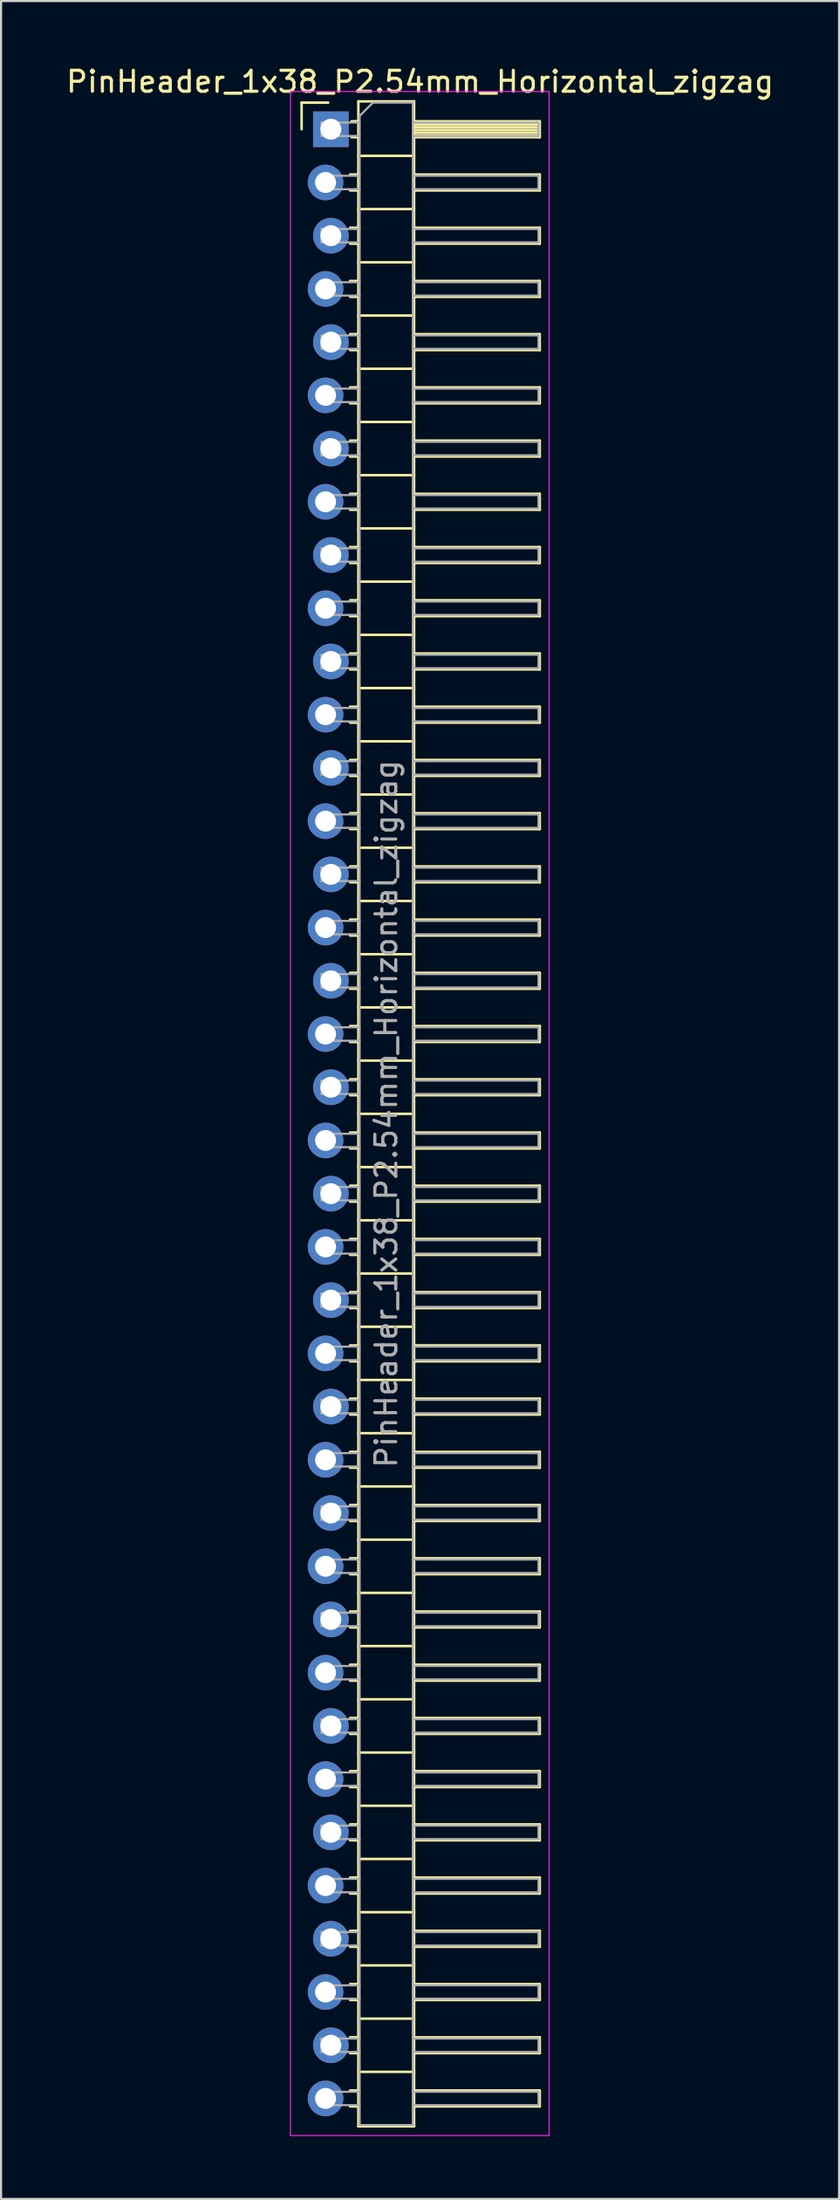
<source format=kicad_pcb>
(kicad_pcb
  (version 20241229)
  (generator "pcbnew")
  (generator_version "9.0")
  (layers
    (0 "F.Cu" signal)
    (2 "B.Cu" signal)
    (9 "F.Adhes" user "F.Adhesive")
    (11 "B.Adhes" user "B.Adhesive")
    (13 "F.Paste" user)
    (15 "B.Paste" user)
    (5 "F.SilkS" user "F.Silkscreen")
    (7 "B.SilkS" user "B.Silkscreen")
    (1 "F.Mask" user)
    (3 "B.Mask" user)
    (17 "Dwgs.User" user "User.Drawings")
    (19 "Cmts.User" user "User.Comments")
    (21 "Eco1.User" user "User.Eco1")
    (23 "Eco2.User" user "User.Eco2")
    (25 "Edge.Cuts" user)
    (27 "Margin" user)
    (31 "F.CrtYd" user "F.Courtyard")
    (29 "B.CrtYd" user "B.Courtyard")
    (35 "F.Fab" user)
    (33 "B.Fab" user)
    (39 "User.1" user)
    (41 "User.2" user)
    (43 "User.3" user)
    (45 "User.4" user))
  (footprint "PinHeader_1x38_P2.54mm_Horizontal_zigzag"
    (layer "F.Cu")
    (at 12.621 3.118)
    (property "Reference" "PinHeader_1x38_P2.54mm_Horizontal_zigzag" (at 4.385 -2.27 0) (layer "F.SilkS") (effects (font (size 1 1) (thickness 0.15))))
    (attr through_hole)
    (fp_line (start -1.27 -1.27) (end 0 -1.27) (stroke (width 0.12) (type solid)) (layer "F.SilkS"))
    (fp_line (start -1.27 0) (end -1.27 -1.27) (stroke (width 0.12) (type solid)) (layer "F.SilkS"))
    (fp_line (start 1.043 2.16) (end 1.44 2.16) (stroke (width 0.12) (type solid)) (layer "F.SilkS"))
    (fp_line (start 1.043 2.92) (end 1.44 2.92) (stroke (width 0.12) (type solid)) (layer "F.SilkS"))
    (fp_line (start 1.043 4.7) (end 1.44 4.7) (stroke (width 0.12) (type solid)) (layer "F.SilkS"))
    (fp_line (start 1.043 5.46) (end 1.44 5.46) (stroke (width 0.12) (type solid)) (layer "F.SilkS"))
    (fp_line (start 1.043 7.24) (end 1.44 7.24) (stroke (width 0.12) (type solid)) (layer "F.SilkS"))
    (fp_line (start 1.043 8) (end 1.44 8) (stroke (width 0.12) (type solid)) (layer "F.SilkS"))
    (fp_line (start 1.043 9.78) (end 1.44 9.78) (stroke (width 0.12) (type solid)) (layer "F.SilkS"))
    (fp_line (start 1.043 10.54) (end 1.44 10.54) (stroke (width 0.12) (type solid)) (layer "F.SilkS"))
    (fp_line (start 1.043 12.32) (end 1.44 12.32) (stroke (width 0.12) (type solid)) (layer "F.SilkS"))
    (fp_line (start 1.043 13.08) (end 1.44 13.08) (stroke (width 0.12) (type solid)) (layer "F.SilkS"))
    (fp_line (start 1.043 14.86) (end 1.44 14.86) (stroke (width 0.12) (type solid)) (layer "F.SilkS"))
    (fp_line (start 1.043 15.62) (end 1.44 15.62) (stroke (width 0.12) (type solid)) (layer "F.SilkS"))
    (fp_line (start 1.043 17.4) (end 1.44 17.4) (stroke (width 0.12) (type solid)) (layer "F.SilkS"))
    (fp_line (start 1.043 18.16) (end 1.44 18.16) (stroke (width 0.12) (type solid)) (layer "F.SilkS"))
    (fp_line (start 1.043 19.94) (end 1.44 19.94) (stroke (width 0.12) (type solid)) (layer "F.SilkS"))
    (fp_line (start 1.043 20.7) (end 1.44 20.7) (stroke (width 0.12) (type solid)) (layer "F.SilkS"))
    (fp_line (start 1.043 22.48) (end 1.44 22.48) (stroke (width 0.12) (type solid)) (layer "F.SilkS"))
    (fp_line (start 1.043 23.24) (end 1.44 23.24) (stroke (width 0.12) (type solid)) (layer "F.SilkS"))
    (fp_line (start 1.043 25.02) (end 1.44 25.02) (stroke (width 0.12) (type solid)) (layer "F.SilkS"))
    (fp_line (start 1.043 25.78) (end 1.44 25.78) (stroke (width 0.12) (type solid)) (layer "F.SilkS"))
    (fp_line (start 1.043 27.56) (end 1.44 27.56) (stroke (width 0.12) (type solid)) (layer "F.SilkS"))
    (fp_line (start 1.043 28.32) (end 1.44 28.32) (stroke (width 0.12) (type solid)) (layer "F.SilkS"))
    (fp_line (start 1.043 30.1) (end 1.44 30.1) (stroke (width 0.12) (type solid)) (layer "F.SilkS"))
    (fp_line (start 1.043 30.86) (end 1.44 30.86) (stroke (width 0.12) (type solid)) (layer "F.SilkS"))
    (fp_line (start 1.043 32.64) (end 1.44 32.64) (stroke (width 0.12) (type solid)) (layer "F.SilkS"))
    (fp_line (start 1.043 33.4) (end 1.44 33.4) (stroke (width 0.12) (type solid)) (layer "F.SilkS"))
    (fp_line (start 1.043 35.18) (end 1.44 35.18) (stroke (width 0.12) (type solid)) (layer "F.SilkS"))
    (fp_line (start 1.043 35.94) (end 1.44 35.94) (stroke (width 0.12) (type solid)) (layer "F.SilkS"))
    (fp_line (start 1.043 37.72) (end 1.44 37.72) (stroke (width 0.12) (type solid)) (layer "F.SilkS"))
    (fp_line (start 1.043 38.48) (end 1.44 38.48) (stroke (width 0.12) (type solid)) (layer "F.SilkS"))
    (fp_line (start 1.043 40.26) (end 1.44 40.26) (stroke (width 0.12) (type solid)) (layer "F.SilkS"))
    (fp_line (start 1.043 41.02) (end 1.44 41.02) (stroke (width 0.12) (type solid)) (layer "F.SilkS"))
    (fp_line (start 1.043 42.8) (end 1.44 42.8) (stroke (width 0.12) (type solid)) (layer "F.SilkS"))
    (fp_line (start 1.043 43.56) (end 1.44 43.56) (stroke (width 0.12) (type solid)) (layer "F.SilkS"))
    (fp_line (start 1.043 45.34) (end 1.44 45.34) (stroke (width 0.12) (type solid)) (layer "F.SilkS"))
    (fp_line (start 1.043 46.1) (end 1.44 46.1) (stroke (width 0.12) (type solid)) (layer "F.SilkS"))
    (fp_line (start 1.043 47.88) (end 1.44 47.88) (stroke (width 0.12) (type solid)) (layer "F.SilkS"))
    (fp_line (start 1.043 48.64) (end 1.44 48.64) (stroke (width 0.12) (type solid)) (layer "F.SilkS"))
    (fp_line (start 1.043 50.42) (end 1.44 50.42) (stroke (width 0.12) (type solid)) (layer "F.SilkS"))
    (fp_line (start 1.043 51.18) (end 1.44 51.18) (stroke (width 0.12) (type solid)) (layer "F.SilkS"))
    (fp_line (start 1.043 52.96) (end 1.44 52.96) (stroke (width 0.12) (type solid)) (layer "F.SilkS"))
    (fp_line (start 1.043 53.72) (end 1.44 53.72) (stroke (width 0.12) (type solid)) (layer "F.SilkS"))
    (fp_line (start 1.043 55.5) (end 1.44 55.5) (stroke (width 0.12) (type solid)) (layer "F.SilkS"))
    (fp_line (start 1.043 56.26) (end 1.44 56.26) (stroke (width 0.12) (type solid)) (layer "F.SilkS"))
    (fp_line (start 1.043 58.04) (end 1.44 58.04) (stroke (width 0.12) (type solid)) (layer "F.SilkS"))
    (fp_line (start 1.043 58.8) (end 1.44 58.8) (stroke (width 0.12) (type solid)) (layer "F.SilkS"))
    (fp_line (start 1.043 60.58) (end 1.44 60.58) (stroke (width 0.12) (type solid)) (layer "F.SilkS"))
    (fp_line (start 1.043 61.34) (end 1.44 61.34) (stroke (width 0.12) (type solid)) (layer "F.SilkS"))
    (fp_line (start 1.043 63.12) (end 1.44 63.12) (stroke (width 0.12) (type solid)) (layer "F.SilkS"))
    (fp_line (start 1.043 63.88) (end 1.44 63.88) (stroke (width 0.12) (type solid)) (layer "F.SilkS"))
    (fp_line (start 1.043 65.66) (end 1.44 65.66) (stroke (width 0.12) (type solid)) (layer "F.SilkS"))
    (fp_line (start 1.043 66.42) (end 1.44 66.42) (stroke (width 0.12) (type solid)) (layer "F.SilkS"))
    (fp_line (start 1.043 68.2) (end 1.44 68.2) (stroke (width 0.12) (type solid)) (layer "F.SilkS"))
    (fp_line (start 1.043 68.96) (end 1.44 68.96) (stroke (width 0.12) (type solid)) (layer "F.SilkS"))
    (fp_line (start 1.043 70.74) (end 1.44 70.74) (stroke (width 0.12) (type solid)) (layer "F.SilkS"))
    (fp_line (start 1.043 71.5) (end 1.44 71.5) (stroke (width 0.12) (type solid)) (layer "F.SilkS"))
    (fp_line (start 1.043 73.28) (end 1.44 73.28) (stroke (width 0.12) (type solid)) (layer "F.SilkS"))
    (fp_line (start 1.043 74.04) (end 1.44 74.04) (stroke (width 0.12) (type solid)) (layer "F.SilkS"))
    (fp_line (start 1.043 75.82) (end 1.44 75.82) (stroke (width 0.12) (type solid)) (layer "F.SilkS"))
    (fp_line (start 1.043 76.58) (end 1.44 76.58) (stroke (width 0.12) (type solid)) (layer "F.SilkS"))
    (fp_line (start 1.043 78.36) (end 1.44 78.36) (stroke (width 0.12) (type solid)) (layer "F.SilkS"))
    (fp_line (start 1.043 79.12) (end 1.44 79.12) (stroke (width 0.12) (type solid)) (layer "F.SilkS"))
    (fp_line (start 1.043 80.9) (end 1.44 80.9) (stroke (width 0.12) (type solid)) (layer "F.SilkS"))
    (fp_line (start 1.043 81.66) (end 1.44 81.66) (stroke (width 0.12) (type solid)) (layer "F.SilkS"))
    (fp_line (start 1.043 83.44) (end 1.44 83.44) (stroke (width 0.12) (type solid)) (layer "F.SilkS"))
    (fp_line (start 1.043 84.2) (end 1.44 84.2) (stroke (width 0.12) (type solid)) (layer "F.SilkS"))
    (fp_line (start 1.043 85.98) (end 1.44 85.98) (stroke (width 0.12) (type solid)) (layer "F.SilkS"))
    (fp_line (start 1.043 86.74) (end 1.44 86.74) (stroke (width 0.12) (type solid)) (layer "F.SilkS"))
    (fp_line (start 1.043 88.52) (end 1.44 88.52) (stroke (width 0.12) (type solid)) (layer "F.SilkS"))
    (fp_line (start 1.043 89.28) (end 1.44 89.28) (stroke (width 0.12) (type solid)) (layer "F.SilkS"))
    (fp_line (start 1.043 91.06) (end 1.44 91.06) (stroke (width 0.12) (type solid)) (layer "F.SilkS"))
    (fp_line (start 1.043 91.82) (end 1.44 91.82) (stroke (width 0.12) (type solid)) (layer "F.SilkS"))
    (fp_line (start 1.043 93.6) (end 1.44 93.6) (stroke (width 0.12) (type solid)) (layer "F.SilkS"))
    (fp_line (start 1.043 94.36) (end 1.44 94.36) (stroke (width 0.12) (type solid)) (layer "F.SilkS"))
    (fp_line (start 1.11 -0.38) (end 1.44 -0.38) (stroke (width 0.12) (type solid)) (layer "F.SilkS"))
    (fp_line (start 1.11 0.38) (end 1.44 0.38) (stroke (width 0.12) (type solid)) (layer "F.SilkS"))
    (fp_line (start 1.44 -1.33) (end 1.44 95.31) (stroke (width 0.12) (type solid)) (layer "F.SilkS"))
    (fp_line (start 1.44 1.27) (end 4.1 1.27) (stroke (width 0.12) (type solid)) (layer "F.SilkS"))
    (fp_line (start 1.44 3.81) (end 4.1 3.81) (stroke (width 0.12) (type solid)) (layer "F.SilkS"))
    (fp_line (start 1.44 6.35) (end 4.1 6.35) (stroke (width 0.12) (type solid)) (layer "F.SilkS"))
    (fp_line (start 1.44 8.89) (end 4.1 8.89) (stroke (width 0.12) (type solid)) (layer "F.SilkS"))
    (fp_line (start 1.44 11.43) (end 4.1 11.43) (stroke (width 0.12) (type solid)) (layer "F.SilkS"))
    (fp_line (start 1.44 13.97) (end 4.1 13.97) (stroke (width 0.12) (type solid)) (layer "F.SilkS"))
    (fp_line (start 1.44 16.51) (end 4.1 16.51) (stroke (width 0.12) (type solid)) (layer "F.SilkS"))
    (fp_line (start 1.44 19.05) (end 4.1 19.05) (stroke (width 0.12) (type solid)) (layer "F.SilkS"))
    (fp_line (start 1.44 21.59) (end 4.1 21.59) (stroke (width 0.12) (type solid)) (layer "F.SilkS"))
    (fp_line (start 1.44 24.13) (end 4.1 24.13) (stroke (width 0.12) (type solid)) (layer "F.SilkS"))
    (fp_line (start 1.44 26.67) (end 4.1 26.67) (stroke (width 0.12) (type solid)) (layer "F.SilkS"))
    (fp_line (start 1.44 29.21) (end 4.1 29.21) (stroke (width 0.12) (type solid)) (layer "F.SilkS"))
    (fp_line (start 1.44 31.75) (end 4.1 31.75) (stroke (width 0.12) (type solid)) (layer "F.SilkS"))
    (fp_line (start 1.44 34.29) (end 4.1 34.29) (stroke (width 0.12) (type solid)) (layer "F.SilkS"))
    (fp_line (start 1.44 36.83) (end 4.1 36.83) (stroke (width 0.12) (type solid)) (layer "F.SilkS"))
    (fp_line (start 1.44 39.37) (end 4.1 39.37) (stroke (width 0.12) (type solid)) (layer "F.SilkS"))
    (fp_line (start 1.44 41.91) (end 4.1 41.91) (stroke (width 0.12) (type solid)) (layer "F.SilkS"))
    (fp_line (start 1.44 44.45) (end 4.1 44.45) (stroke (width 0.12) (type solid)) (layer "F.SilkS"))
    (fp_line (start 1.44 46.99) (end 4.1 46.99) (stroke (width 0.12) (type solid)) (layer "F.SilkS"))
    (fp_line (start 1.44 49.53) (end 4.1 49.53) (stroke (width 0.12) (type solid)) (layer "F.SilkS"))
    (fp_line (start 1.44 52.07) (end 4.1 52.07) (stroke (width 0.12) (type solid)) (layer "F.SilkS"))
    (fp_line (start 1.44 54.61) (end 4.1 54.61) (stroke (width 0.12) (type solid)) (layer "F.SilkS"))
    (fp_line (start 1.44 57.15) (end 4.1 57.15) (stroke (width 0.12) (type solid)) (layer "F.SilkS"))
    (fp_line (start 1.44 59.69) (end 4.1 59.69) (stroke (width 0.12) (type solid)) (layer "F.SilkS"))
    (fp_line (start 1.44 62.23) (end 4.1 62.23) (stroke (width 0.12) (type solid)) (layer "F.SilkS"))
    (fp_line (start 1.44 64.77) (end 4.1 64.77) (stroke (width 0.12) (type solid)) (layer "F.SilkS"))
    (fp_line (start 1.44 67.31) (end 4.1 67.31) (stroke (width 0.12) (type solid)) (layer "F.SilkS"))
    (fp_line (start 1.44 69.85) (end 4.1 69.85) (stroke (width 0.12) (type solid)) (layer "F.SilkS"))
    (fp_line (start 1.44 72.39) (end 4.1 72.39) (stroke (width 0.12) (type solid)) (layer "F.SilkS"))
    (fp_line (start 1.44 74.93) (end 4.1 74.93) (stroke (width 0.12) (type solid)) (layer "F.SilkS"))
    (fp_line (start 1.44 77.47) (end 4.1 77.47) (stroke (width 0.12) (type solid)) (layer "F.SilkS"))
    (fp_line (start 1.44 80.01) (end 4.1 80.01) (stroke (width 0.12) (type solid)) (layer "F.SilkS"))
    (fp_line (start 1.44 82.55) (end 4.1 82.55) (stroke (width 0.12) (type solid)) (layer "F.SilkS"))
    (fp_line (start 1.44 85.09) (end 4.1 85.09) (stroke (width 0.12) (type solid)) (layer "F.SilkS"))
    (fp_line (start 1.44 87.63) (end 4.1 87.63) (stroke (width 0.12) (type solid)) (layer "F.SilkS"))
    (fp_line (start 1.44 90.17) (end 4.1 90.17) (stroke (width 0.12) (type solid)) (layer "F.SilkS"))
    (fp_line (start 1.44 92.71) (end 4.1 92.71) (stroke (width 0.12) (type solid)) (layer "F.SilkS"))
    (fp_line (start 1.44 95.31) (end 4.1 95.31) (stroke (width 0.12) (type solid)) (layer "F.SilkS"))
    (fp_line (start 4.1 -1.33) (end 1.44 -1.33) (stroke (width 0.12) (type solid)) (layer "F.SilkS"))
    (fp_line (start 4.1 -0.38) (end 10.1 -0.38) (stroke (width 0.12) (type solid)) (layer "F.SilkS"))
    (fp_line (start 4.1 -0.32) (end 10.1 -0.32) (stroke (width 0.12) (type solid)) (layer "F.SilkS"))
    (fp_line (start 4.1 -0.2) (end 10.1 -0.2) (stroke (width 0.12) (type solid)) (layer "F.SilkS"))
    (fp_line (start 4.1 -0.08) (end 10.1 -0.08) (stroke (width 0.12) (type solid)) (layer "F.SilkS"))
    (fp_line (start 4.1 0.04) (end 10.1 0.04) (stroke (width 0.12) (type solid)) (layer "F.SilkS"))
    (fp_line (start 4.1 0.16) (end 10.1 0.16) (stroke (width 0.12) (type solid)) (layer "F.SilkS"))
    (fp_line (start 4.1 0.28) (end 10.1 0.28) (stroke (width 0.12) (type solid)) (layer "F.SilkS"))
    (fp_line (start 4.1 2.16) (end 10.1 2.16) (stroke (width 0.12) (type solid)) (layer "F.SilkS"))
    (fp_line (start 4.1 4.7) (end 10.1 4.7) (stroke (width 0.12) (type solid)) (layer "F.SilkS"))
    (fp_line (start 4.1 7.24) (end 10.1 7.24) (stroke (width 0.12) (type solid)) (layer "F.SilkS"))
    (fp_line (start 4.1 9.78) (end 10.1 9.78) (stroke (width 0.12) (type solid)) (layer "F.SilkS"))
    (fp_line (start 4.1 12.32) (end 10.1 12.32) (stroke (width 0.12) (type solid)) (layer "F.SilkS"))
    (fp_line (start 4.1 14.86) (end 10.1 14.86) (stroke (width 0.12) (type solid)) (layer "F.SilkS"))
    (fp_line (start 4.1 17.4) (end 10.1 17.4) (stroke (width 0.12) (type solid)) (layer "F.SilkS"))
    (fp_line (start 4.1 19.94) (end 10.1 19.94) (stroke (width 0.12) (type solid)) (layer "F.SilkS"))
    (fp_line (start 4.1 22.48) (end 10.1 22.48) (stroke (width 0.12) (type solid)) (layer "F.SilkS"))
    (fp_line (start 4.1 25.02) (end 10.1 25.02) (stroke (width 0.12) (type solid)) (layer "F.SilkS"))
    (fp_line (start 4.1 27.56) (end 10.1 27.56) (stroke (width 0.12) (type solid)) (layer "F.SilkS"))
    (fp_line (start 4.1 30.1) (end 10.1 30.1) (stroke (width 0.12) (type solid)) (layer "F.SilkS"))
    (fp_line (start 4.1 32.64) (end 10.1 32.64) (stroke (width 0.12) (type solid)) (layer "F.SilkS"))
    (fp_line (start 4.1 35.18) (end 10.1 35.18) (stroke (width 0.12) (type solid)) (layer "F.SilkS"))
    (fp_line (start 4.1 37.72) (end 10.1 37.72) (stroke (width 0.12) (type solid)) (layer "F.SilkS"))
    (fp_line (start 4.1 40.26) (end 10.1 40.26) (stroke (width 0.12) (type solid)) (layer "F.SilkS"))
    (fp_line (start 4.1 42.8) (end 10.1 42.8) (stroke (width 0.12) (type solid)) (layer "F.SilkS"))
    (fp_line (start 4.1 45.34) (end 10.1 45.34) (stroke (width 0.12) (type solid)) (layer "F.SilkS"))
    (fp_line (start 4.1 47.88) (end 10.1 47.88) (stroke (width 0.12) (type solid)) (layer "F.SilkS"))
    (fp_line (start 4.1 50.42) (end 10.1 50.42) (stroke (width 0.12) (type solid)) (layer "F.SilkS"))
    (fp_line (start 4.1 52.96) (end 10.1 52.96) (stroke (width 0.12) (type solid)) (layer "F.SilkS"))
    (fp_line (start 4.1 55.5) (end 10.1 55.5) (stroke (width 0.12) (type solid)) (layer "F.SilkS"))
    (fp_line (start 4.1 58.04) (end 10.1 58.04) (stroke (width 0.12) (type solid)) (layer "F.SilkS"))
    (fp_line (start 4.1 60.58) (end 10.1 60.58) (stroke (width 0.12) (type solid)) (layer "F.SilkS"))
    (fp_line (start 4.1 63.12) (end 10.1 63.12) (stroke (width 0.12) (type solid)) (layer "F.SilkS"))
    (fp_line (start 4.1 65.66) (end 10.1 65.66) (stroke (width 0.12) (type solid)) (layer "F.SilkS"))
    (fp_line (start 4.1 68.2) (end 10.1 68.2) (stroke (width 0.12) (type solid)) (layer "F.SilkS"))
    (fp_line (start 4.1 70.74) (end 10.1 70.74) (stroke (width 0.12) (type solid)) (layer "F.SilkS"))
    (fp_line (start 4.1 73.28) (end 10.1 73.28) (stroke (width 0.12) (type solid)) (layer "F.SilkS"))
    (fp_line (start 4.1 75.82) (end 10.1 75.82) (stroke (width 0.12) (type solid)) (layer "F.SilkS"))
    (fp_line (start 4.1 78.36) (end 10.1 78.36) (stroke (width 0.12) (type solid)) (layer "F.SilkS"))
    (fp_line (start 4.1 80.9) (end 10.1 80.9) (stroke (width 0.12) (type solid)) (layer "F.SilkS"))
    (fp_line (start 4.1 83.44) (end 10.1 83.44) (stroke (width 0.12) (type solid)) (layer "F.SilkS"))
    (fp_line (start 4.1 85.98) (end 10.1 85.98) (stroke (width 0.12) (type solid)) (layer "F.SilkS"))
    (fp_line (start 4.1 88.52) (end 10.1 88.52) (stroke (width 0.12) (type solid)) (layer "F.SilkS"))
    (fp_line (start 4.1 91.06) (end 10.1 91.06) (stroke (width 0.12) (type solid)) (layer "F.SilkS"))
    (fp_line (start 4.1 93.6) (end 10.1 93.6) (stroke (width 0.12) (type solid)) (layer "F.SilkS"))
    (fp_line (start 4.1 95.31) (end 4.1 -1.33) (stroke (width 0.12) (type solid)) (layer "F.SilkS"))
    (fp_line (start 10.1 -0.38) (end 10.1 0.38) (stroke (width 0.12) (type solid)) (layer "F.SilkS"))
    (fp_line (start 10.1 0.38) (end 4.1 0.38) (stroke (width 0.12) (type solid)) (layer "F.SilkS"))
    (fp_line (start 10.1 2.16) (end 10.1 2.92) (stroke (width 0.12) (type solid)) (layer "F.SilkS"))
    (fp_line (start 10.1 2.92) (end 4.1 2.92) (stroke (width 0.12) (type solid)) (layer "F.SilkS"))
    (fp_line (start 10.1 4.7) (end 10.1 5.46) (stroke (width 0.12) (type solid)) (layer "F.SilkS"))
    (fp_line (start 10.1 5.46) (end 4.1 5.46) (stroke (width 0.12) (type solid)) (layer "F.SilkS"))
    (fp_line (start 10.1 7.24) (end 10.1 8) (stroke (width 0.12) (type solid)) (layer "F.SilkS"))
    (fp_line (start 10.1 8) (end 4.1 8) (stroke (width 0.12) (type solid)) (layer "F.SilkS"))
    (fp_line (start 10.1 9.78) (end 10.1 10.54) (stroke (width 0.12) (type solid)) (layer "F.SilkS"))
    (fp_line (start 10.1 10.54) (end 4.1 10.54) (stroke (width 0.12) (type solid)) (layer "F.SilkS"))
    (fp_line (start 10.1 12.32) (end 10.1 13.08) (stroke (width 0.12) (type solid)) (layer "F.SilkS"))
    (fp_line (start 10.1 13.08) (end 4.1 13.08) (stroke (width 0.12) (type solid)) (layer "F.SilkS"))
    (fp_line (start 10.1 14.86) (end 10.1 15.62) (stroke (width 0.12) (type solid)) (layer "F.SilkS"))
    (fp_line (start 10.1 15.62) (end 4.1 15.62) (stroke (width 0.12) (type solid)) (layer "F.SilkS"))
    (fp_line (start 10.1 17.4) (end 10.1 18.16) (stroke (width 0.12) (type solid)) (layer "F.SilkS"))
    (fp_line (start 10.1 18.16) (end 4.1 18.16) (stroke (width 0.12) (type solid)) (layer "F.SilkS"))
    (fp_line (start 10.1 19.94) (end 10.1 20.7) (stroke (width 0.12) (type solid)) (layer "F.SilkS"))
    (fp_line (start 10.1 20.7) (end 4.1 20.7) (stroke (width 0.12) (type solid)) (layer "F.SilkS"))
    (fp_line (start 10.1 22.48) (end 10.1 23.24) (stroke (width 0.12) (type solid)) (layer "F.SilkS"))
    (fp_line (start 10.1 23.24) (end 4.1 23.24) (stroke (width 0.12) (type solid)) (layer "F.SilkS"))
    (fp_line (start 10.1 25.02) (end 10.1 25.78) (stroke (width 0.12) (type solid)) (layer "F.SilkS"))
    (fp_line (start 10.1 25.78) (end 4.1 25.78) (stroke (width 0.12) (type solid)) (layer "F.SilkS"))
    (fp_line (start 10.1 27.56) (end 10.1 28.32) (stroke (width 0.12) (type solid)) (layer "F.SilkS"))
    (fp_line (start 10.1 28.32) (end 4.1 28.32) (stroke (width 0.12) (type solid)) (layer "F.SilkS"))
    (fp_line (start 10.1 30.1) (end 10.1 30.86) (stroke (width 0.12) (type solid)) (layer "F.SilkS"))
    (fp_line (start 10.1 30.86) (end 4.1 30.86) (stroke (width 0.12) (type solid)) (layer "F.SilkS"))
    (fp_line (start 10.1 32.64) (end 10.1 33.4) (stroke (width 0.12) (type solid)) (layer "F.SilkS"))
    (fp_line (start 10.1 33.4) (end 4.1 33.4) (stroke (width 0.12) (type solid)) (layer "F.SilkS"))
    (fp_line (start 10.1 35.18) (end 10.1 35.94) (stroke (width 0.12) (type solid)) (layer "F.SilkS"))
    (fp_line (start 10.1 35.94) (end 4.1 35.94) (stroke (width 0.12) (type solid)) (layer "F.SilkS"))
    (fp_line (start 10.1 37.72) (end 10.1 38.48) (stroke (width 0.12) (type solid)) (layer "F.SilkS"))
    (fp_line (start 10.1 38.48) (end 4.1 38.48) (stroke (width 0.12) (type solid)) (layer "F.SilkS"))
    (fp_line (start 10.1 40.26) (end 10.1 41.02) (stroke (width 0.12) (type solid)) (layer "F.SilkS"))
    (fp_line (start 10.1 41.02) (end 4.1 41.02) (stroke (width 0.12) (type solid)) (layer "F.SilkS"))
    (fp_line (start 10.1 42.8) (end 10.1 43.56) (stroke (width 0.12) (type solid)) (layer "F.SilkS"))
    (fp_line (start 10.1 43.56) (end 4.1 43.56) (stroke (width 0.12) (type solid)) (layer "F.SilkS"))
    (fp_line (start 10.1 45.34) (end 10.1 46.1) (stroke (width 0.12) (type solid)) (layer "F.SilkS"))
    (fp_line (start 10.1 46.1) (end 4.1 46.1) (stroke (width 0.12) (type solid)) (layer "F.SilkS"))
    (fp_line (start 10.1 47.88) (end 10.1 48.64) (stroke (width 0.12) (type solid)) (layer "F.SilkS"))
    (fp_line (start 10.1 48.64) (end 4.1 48.64) (stroke (width 0.12) (type solid)) (layer "F.SilkS"))
    (fp_line (start 10.1 50.42) (end 10.1 51.18) (stroke (width 0.12) (type solid)) (layer "F.SilkS"))
    (fp_line (start 10.1 51.18) (end 4.1 51.18) (stroke (width 0.12) (type solid)) (layer "F.SilkS"))
    (fp_line (start 10.1 52.96) (end 10.1 53.72) (stroke (width 0.12) (type solid)) (layer "F.SilkS"))
    (fp_line (start 10.1 53.72) (end 4.1 53.72) (stroke (width 0.12) (type solid)) (layer "F.SilkS"))
    (fp_line (start 10.1 55.5) (end 10.1 56.26) (stroke (width 0.12) (type solid)) (layer "F.SilkS"))
    (fp_line (start 10.1 56.26) (end 4.1 56.26) (stroke (width 0.12) (type solid)) (layer "F.SilkS"))
    (fp_line (start 10.1 58.04) (end 10.1 58.8) (stroke (width 0.12) (type solid)) (layer "F.SilkS"))
    (fp_line (start 10.1 58.8) (end 4.1 58.8) (stroke (width 0.12) (type solid)) (layer "F.SilkS"))
    (fp_line (start 10.1 60.58) (end 10.1 61.34) (stroke (width 0.12) (type solid)) (layer "F.SilkS"))
    (fp_line (start 10.1 61.34) (end 4.1 61.34) (stroke (width 0.12) (type solid)) (layer "F.SilkS"))
    (fp_line (start 10.1 63.12) (end 10.1 63.88) (stroke (width 0.12) (type solid)) (layer "F.SilkS"))
    (fp_line (start 10.1 63.88) (end 4.1 63.88) (stroke (width 0.12) (type solid)) (layer "F.SilkS"))
    (fp_line (start 10.1 65.66) (end 10.1 66.42) (stroke (width 0.12) (type solid)) (layer "F.SilkS"))
    (fp_line (start 10.1 66.42) (end 4.1 66.42) (stroke (width 0.12) (type solid)) (layer "F.SilkS"))
    (fp_line (start 10.1 68.2) (end 10.1 68.96) (stroke (width 0.12) (type solid)) (layer "F.SilkS"))
    (fp_line (start 10.1 68.96) (end 4.1 68.96) (stroke (width 0.12) (type solid)) (layer "F.SilkS"))
    (fp_line (start 10.1 70.74) (end 10.1 71.5) (stroke (width 0.12) (type solid)) (layer "F.SilkS"))
    (fp_line (start 10.1 71.5) (end 4.1 71.5) (stroke (width 0.12) (type solid)) (layer "F.SilkS"))
    (fp_line (start 10.1 73.28) (end 10.1 74.04) (stroke (width 0.12) (type solid)) (layer "F.SilkS"))
    (fp_line (start 10.1 74.04) (end 4.1 74.04) (stroke (width 0.12) (type solid)) (layer "F.SilkS"))
    (fp_line (start 10.1 75.82) (end 10.1 76.58) (stroke (width 0.12) (type solid)) (layer "F.SilkS"))
    (fp_line (start 10.1 76.58) (end 4.1 76.58) (stroke (width 0.12) (type solid)) (layer "F.SilkS"))
    (fp_line (start 10.1 78.36) (end 10.1 79.12) (stroke (width 0.12) (type solid)) (layer "F.SilkS"))
    (fp_line (start 10.1 79.12) (end 4.1 79.12) (stroke (width 0.12) (type solid)) (layer "F.SilkS"))
    (fp_line (start 10.1 80.9) (end 10.1 81.66) (stroke (width 0.12) (type solid)) (layer "F.SilkS"))
    (fp_line (start 10.1 81.66) (end 4.1 81.66) (stroke (width 0.12) (type solid)) (layer "F.SilkS"))
    (fp_line (start 10.1 83.44) (end 10.1 84.2) (stroke (width 0.12) (type solid)) (layer "F.SilkS"))
    (fp_line (start 10.1 84.2) (end 4.1 84.2) (stroke (width 0.12) (type solid)) (layer "F.SilkS"))
    (fp_line (start 10.1 85.98) (end 10.1 86.74) (stroke (width 0.12) (type solid)) (layer "F.SilkS"))
    (fp_line (start 10.1 86.74) (end 4.1 86.74) (stroke (width 0.12) (type solid)) (layer "F.SilkS"))
    (fp_line (start 10.1 88.52) (end 10.1 89.28) (stroke (width 0.12) (type solid)) (layer "F.SilkS"))
    (fp_line (start 10.1 89.28) (end 4.1 89.28) (stroke (width 0.12) (type solid)) (layer "F.SilkS"))
    (fp_line (start 10.1 91.06) (end 10.1 91.82) (stroke (width 0.12) (type solid)) (layer "F.SilkS"))
    (fp_line (start 10.1 91.82) (end 4.1 91.82) (stroke (width 0.12) (type solid)) (layer "F.SilkS"))
    (fp_line (start 10.1 93.6) (end 10.1 94.36) (stroke (width 0.12) (type solid)) (layer "F.SilkS"))
    (fp_line (start 10.1 94.36) (end 4.1 94.36) (stroke (width 0.12) (type solid)) (layer "F.SilkS"))
    (fp_line (start -1.8 -1.8) (end -1.8 95.75) (stroke (width 0.05) (type solid)) (layer "F.CrtYd"))
    (fp_line (start -1.8 95.75) (end 10.55 95.75) (stroke (width 0.05) (type solid)) (layer "F.CrtYd"))
    (fp_line (start 10.55 -1.8) (end -1.8 -1.8) (stroke (width 0.05) (type solid)) (layer "F.CrtYd"))
    (fp_line (start 10.55 95.75) (end 10.55 -1.8) (stroke (width 0.05) (type solid)) (layer "F.CrtYd"))
    (fp_line (start -0.32 -0.32) (end -0.32 0.32) (stroke (width 0.1) (type solid)) (layer "F.Fab"))
    (fp_line (start -0.32 -0.32) (end 1.5 -0.32) (stroke (width 0.1) (type solid)) (layer "F.Fab"))
    (fp_line (start -0.32 0.32) (end 1.5 0.32) (stroke (width 0.1) (type solid)) (layer "F.Fab"))
    (fp_line (start -0.32 2.22) (end -0.32 2.86) (stroke (width 0.1) (type solid)) (layer "F.Fab"))
    (fp_line (start -0.32 2.22) (end 1.5 2.22) (stroke (width 0.1) (type solid)) (layer "F.Fab"))
    (fp_line (start -0.32 2.86) (end 1.5 2.86) (stroke (width 0.1) (type solid)) (layer "F.Fab"))
    (fp_line (start -0.32 4.76) (end -0.32 5.4) (stroke (width 0.1) (type solid)) (layer "F.Fab"))
    (fp_line (start -0.32 4.76) (end 1.5 4.76) (stroke (width 0.1) (type solid)) (layer "F.Fab"))
    (fp_line (start -0.32 5.4) (end 1.5 5.4) (stroke (width 0.1) (type solid)) (layer "F.Fab"))
    (fp_line (start -0.32 7.3) (end -0.32 7.94) (stroke (width 0.1) (type solid)) (layer "F.Fab"))
    (fp_line (start -0.32 7.3) (end 1.5 7.3) (stroke (width 0.1) (type solid)) (layer "F.Fab"))
    (fp_line (start -0.32 7.94) (end 1.5 7.94) (stroke (width 0.1) (type solid)) (layer "F.Fab"))
    (fp_line (start -0.32 9.84) (end -0.32 10.48) (stroke (width 0.1) (type solid)) (layer "F.Fab"))
    (fp_line (start -0.32 9.84) (end 1.5 9.84) (stroke (width 0.1) (type solid)) (layer "F.Fab"))
    (fp_line (start -0.32 10.48) (end 1.5 10.48) (stroke (width 0.1) (type solid)) (layer "F.Fab"))
    (fp_line (start -0.32 12.38) (end -0.32 13.02) (stroke (width 0.1) (type solid)) (layer "F.Fab"))
    (fp_line (start -0.32 12.38) (end 1.5 12.38) (stroke (width 0.1) (type solid)) (layer "F.Fab"))
    (fp_line (start -0.32 13.02) (end 1.5 13.02) (stroke (width 0.1) (type solid)) (layer "F.Fab"))
    (fp_line (start -0.32 14.92) (end -0.32 15.56) (stroke (width 0.1) (type solid)) (layer "F.Fab"))
    (fp_line (start -0.32 14.92) (end 1.5 14.92) (stroke (width 0.1) (type solid)) (layer "F.Fab"))
    (fp_line (start -0.32 15.56) (end 1.5 15.56) (stroke (width 0.1) (type solid)) (layer "F.Fab"))
    (fp_line (start -0.32 17.46) (end -0.32 18.1) (stroke (width 0.1) (type solid)) (layer "F.Fab"))
    (fp_line (start -0.32 17.46) (end 1.5 17.46) (stroke (width 0.1) (type solid)) (layer "F.Fab"))
    (fp_line (start -0.32 18.1) (end 1.5 18.1) (stroke (width 0.1) (type solid)) (layer "F.Fab"))
    (fp_line (start -0.32 20) (end -0.32 20.64) (stroke (width 0.1) (type solid)) (layer "F.Fab"))
    (fp_line (start -0.32 20) (end 1.5 20) (stroke (width 0.1) (type solid)) (layer "F.Fab"))
    (fp_line (start -0.32 20.64) (end 1.5 20.64) (stroke (width 0.1) (type solid)) (layer "F.Fab"))
    (fp_line (start -0.32 22.54) (end -0.32 23.18) (stroke (width 0.1) (type solid)) (layer "F.Fab"))
    (fp_line (start -0.32 22.54) (end 1.5 22.54) (stroke (width 0.1) (type solid)) (layer "F.Fab"))
    (fp_line (start -0.32 23.18) (end 1.5 23.18) (stroke (width 0.1) (type solid)) (layer "F.Fab"))
    (fp_line (start -0.32 25.08) (end -0.32 25.72) (stroke (width 0.1) (type solid)) (layer "F.Fab"))
    (fp_line (start -0.32 25.08) (end 1.5 25.08) (stroke (width 0.1) (type solid)) (layer "F.Fab"))
    (fp_line (start -0.32 25.72) (end 1.5 25.72) (stroke (width 0.1) (type solid)) (layer "F.Fab"))
    (fp_line (start -0.32 27.62) (end -0.32 28.26) (stroke (width 0.1) (type solid)) (layer "F.Fab"))
    (fp_line (start -0.32 27.62) (end 1.5 27.62) (stroke (width 0.1) (type solid)) (layer "F.Fab"))
    (fp_line (start -0.32 28.26) (end 1.5 28.26) (stroke (width 0.1) (type solid)) (layer "F.Fab"))
    (fp_line (start -0.32 30.16) (end -0.32 30.8) (stroke (width 0.1) (type solid)) (layer "F.Fab"))
    (fp_line (start -0.32 30.16) (end 1.5 30.16) (stroke (width 0.1) (type solid)) (layer "F.Fab"))
    (fp_line (start -0.32 30.8) (end 1.5 30.8) (stroke (width 0.1) (type solid)) (layer "F.Fab"))
    (fp_line (start -0.32 32.7) (end -0.32 33.34) (stroke (width 0.1) (type solid)) (layer "F.Fab"))
    (fp_line (start -0.32 32.7) (end 1.5 32.7) (stroke (width 0.1) (type solid)) (layer "F.Fab"))
    (fp_line (start -0.32 33.34) (end 1.5 33.34) (stroke (width 0.1) (type solid)) (layer "F.Fab"))
    (fp_line (start -0.32 35.24) (end -0.32 35.88) (stroke (width 0.1) (type solid)) (layer "F.Fab"))
    (fp_line (start -0.32 35.24) (end 1.5 35.24) (stroke (width 0.1) (type solid)) (layer "F.Fab"))
    (fp_line (start -0.32 35.88) (end 1.5 35.88) (stroke (width 0.1) (type solid)) (layer "F.Fab"))
    (fp_line (start -0.32 37.78) (end -0.32 38.42) (stroke (width 0.1) (type solid)) (layer "F.Fab"))
    (fp_line (start -0.32 37.78) (end 1.5 37.78) (stroke (width 0.1) (type solid)) (layer "F.Fab"))
    (fp_line (start -0.32 38.42) (end 1.5 38.42) (stroke (width 0.1) (type solid)) (layer "F.Fab"))
    (fp_line (start -0.32 40.32) (end -0.32 40.96) (stroke (width 0.1) (type solid)) (layer "F.Fab"))
    (fp_line (start -0.32 40.32) (end 1.5 40.32) (stroke (width 0.1) (type solid)) (layer "F.Fab"))
    (fp_line (start -0.32 40.96) (end 1.5 40.96) (stroke (width 0.1) (type solid)) (layer "F.Fab"))
    (fp_line (start -0.32 42.86) (end -0.32 43.5) (stroke (width 0.1) (type solid)) (layer "F.Fab"))
    (fp_line (start -0.32 42.86) (end 1.5 42.86) (stroke (width 0.1) (type solid)) (layer "F.Fab"))
    (fp_line (start -0.32 43.5) (end 1.5 43.5) (stroke (width 0.1) (type solid)) (layer "F.Fab"))
    (fp_line (start -0.32 45.4) (end -0.32 46.04) (stroke (width 0.1) (type solid)) (layer "F.Fab"))
    (fp_line (start -0.32 45.4) (end 1.5 45.4) (stroke (width 0.1) (type solid)) (layer "F.Fab"))
    (fp_line (start -0.32 46.04) (end 1.5 46.04) (stroke (width 0.1) (type solid)) (layer "F.Fab"))
    (fp_line (start -0.32 47.94) (end -0.32 48.58) (stroke (width 0.1) (type solid)) (layer "F.Fab"))
    (fp_line (start -0.32 47.94) (end 1.5 47.94) (stroke (width 0.1) (type solid)) (layer "F.Fab"))
    (fp_line (start -0.32 48.58) (end 1.5 48.58) (stroke (width 0.1) (type solid)) (layer "F.Fab"))
    (fp_line (start -0.32 50.48) (end -0.32 51.12) (stroke (width 0.1) (type solid)) (layer "F.Fab"))
    (fp_line (start -0.32 50.48) (end 1.5 50.48) (stroke (width 0.1) (type solid)) (layer "F.Fab"))
    (fp_line (start -0.32 51.12) (end 1.5 51.12) (stroke (width 0.1) (type solid)) (layer "F.Fab"))
    (fp_line (start -0.32 53.02) (end -0.32 53.66) (stroke (width 0.1) (type solid)) (layer "F.Fab"))
    (fp_line (start -0.32 53.02) (end 1.5 53.02) (stroke (width 0.1) (type solid)) (layer "F.Fab"))
    (fp_line (start -0.32 53.66) (end 1.5 53.66) (stroke (width 0.1) (type solid)) (layer "F.Fab"))
    (fp_line (start -0.32 55.56) (end -0.32 56.2) (stroke (width 0.1) (type solid)) (layer "F.Fab"))
    (fp_line (start -0.32 55.56) (end 1.5 55.56) (stroke (width 0.1) (type solid)) (layer "F.Fab"))
    (fp_line (start -0.32 56.2) (end 1.5 56.2) (stroke (width 0.1) (type solid)) (layer "F.Fab"))
    (fp_line (start -0.32 58.1) (end -0.32 58.74) (stroke (width 0.1) (type solid)) (layer "F.Fab"))
    (fp_line (start -0.32 58.1) (end 1.5 58.1) (stroke (width 0.1) (type solid)) (layer "F.Fab"))
    (fp_line (start -0.32 58.74) (end 1.5 58.74) (stroke (width 0.1) (type solid)) (layer "F.Fab"))
    (fp_line (start -0.32 60.64) (end -0.32 61.28) (stroke (width 0.1) (type solid)) (layer "F.Fab"))
    (fp_line (start -0.32 60.64) (end 1.5 60.64) (stroke (width 0.1) (type solid)) (layer "F.Fab"))
    (fp_line (start -0.32 61.28) (end 1.5 61.28) (stroke (width 0.1) (type solid)) (layer "F.Fab"))
    (fp_line (start -0.32 63.18) (end -0.32 63.82) (stroke (width 0.1) (type solid)) (layer "F.Fab"))
    (fp_line (start -0.32 63.18) (end 1.5 63.18) (stroke (width 0.1) (type solid)) (layer "F.Fab"))
    (fp_line (start -0.32 63.82) (end 1.5 63.82) (stroke (width 0.1) (type solid)) (layer "F.Fab"))
    (fp_line (start -0.32 65.72) (end -0.32 66.36) (stroke (width 0.1) (type solid)) (layer "F.Fab"))
    (fp_line (start -0.32 65.72) (end 1.5 65.72) (stroke (width 0.1) (type solid)) (layer "F.Fab"))
    (fp_line (start -0.32 66.36) (end 1.5 66.36) (stroke (width 0.1) (type solid)) (layer "F.Fab"))
    (fp_line (start -0.32 68.26) (end -0.32 68.9) (stroke (width 0.1) (type solid)) (layer "F.Fab"))
    (fp_line (start -0.32 68.26) (end 1.5 68.26) (stroke (width 0.1) (type solid)) (layer "F.Fab"))
    (fp_line (start -0.32 68.9) (end 1.5 68.9) (stroke (width 0.1) (type solid)) (layer "F.Fab"))
    (fp_line (start -0.32 70.8) (end -0.32 71.44) (stroke (width 0.1) (type solid)) (layer "F.Fab"))
    (fp_line (start -0.32 70.8) (end 1.5 70.8) (stroke (width 0.1) (type solid)) (layer "F.Fab"))
    (fp_line (start -0.32 71.44) (end 1.5 71.44) (stroke (width 0.1) (type solid)) (layer "F.Fab"))
    (fp_line (start -0.32 73.34) (end -0.32 73.98) (stroke (width 0.1) (type solid)) (layer "F.Fab"))
    (fp_line (start -0.32 73.34) (end 1.5 73.34) (stroke (width 0.1) (type solid)) (layer "F.Fab"))
    (fp_line (start -0.32 73.98) (end 1.5 73.98) (stroke (width 0.1) (type solid)) (layer "F.Fab"))
    (fp_line (start -0.32 75.88) (end -0.32 76.52) (stroke (width 0.1) (type solid)) (layer "F.Fab"))
    (fp_line (start -0.32 75.88) (end 1.5 75.88) (stroke (width 0.1) (type solid)) (layer "F.Fab"))
    (fp_line (start -0.32 76.52) (end 1.5 76.52) (stroke (width 0.1) (type solid)) (layer "F.Fab"))
    (fp_line (start -0.32 78.42) (end -0.32 79.06) (stroke (width 0.1) (type solid)) (layer "F.Fab"))
    (fp_line (start -0.32 78.42) (end 1.5 78.42) (stroke (width 0.1) (type solid)) (layer "F.Fab"))
    (fp_line (start -0.32 79.06) (end 1.5 79.06) (stroke (width 0.1) (type solid)) (layer "F.Fab"))
    (fp_line (start -0.32 80.96) (end -0.32 81.6) (stroke (width 0.1) (type solid)) (layer "F.Fab"))
    (fp_line (start -0.32 80.96) (end 1.5 80.96) (stroke (width 0.1) (type solid)) (layer "F.Fab"))
    (fp_line (start -0.32 81.6) (end 1.5 81.6) (stroke (width 0.1) (type solid)) (layer "F.Fab"))
    (fp_line (start -0.32 83.5) (end -0.32 84.14) (stroke (width 0.1) (type solid)) (layer "F.Fab"))
    (fp_line (start -0.32 83.5) (end 1.5 83.5) (stroke (width 0.1) (type solid)) (layer "F.Fab"))
    (fp_line (start -0.32 84.14) (end 1.5 84.14) (stroke (width 0.1) (type solid)) (layer "F.Fab"))
    (fp_line (start -0.32 86.04) (end -0.32 86.68) (stroke (width 0.1) (type solid)) (layer "F.Fab"))
    (fp_line (start -0.32 86.04) (end 1.5 86.04) (stroke (width 0.1) (type solid)) (layer "F.Fab"))
    (fp_line (start -0.32 86.68) (end 1.5 86.68) (stroke (width 0.1) (type solid)) (layer "F.Fab"))
    (fp_line (start -0.32 88.58) (end -0.32 89.22) (stroke (width 0.1) (type solid)) (layer "F.Fab"))
    (fp_line (start -0.32 88.58) (end 1.5 88.58) (stroke (width 0.1) (type solid)) (layer "F.Fab"))
    (fp_line (start -0.32 89.22) (end 1.5 89.22) (stroke (width 0.1) (type solid)) (layer "F.Fab"))
    (fp_line (start -0.32 91.12) (end -0.32 91.76) (stroke (width 0.1) (type solid)) (layer "F.Fab"))
    (fp_line (start -0.32 91.12) (end 1.5 91.12) (stroke (width 0.1) (type solid)) (layer "F.Fab"))
    (fp_line (start -0.32 91.76) (end 1.5 91.76) (stroke (width 0.1) (type solid)) (layer "F.Fab"))
    (fp_line (start -0.32 93.66) (end -0.32 94.3) (stroke (width 0.1) (type solid)) (layer "F.Fab"))
    (fp_line (start -0.32 93.66) (end 1.5 93.66) (stroke (width 0.1) (type solid)) (layer "F.Fab"))
    (fp_line (start -0.32 94.3) (end 1.5 94.3) (stroke (width 0.1) (type solid)) (layer "F.Fab"))
    (fp_line (start 1.5 -0.635) (end 2.135 -1.27) (stroke (width 0.1) (type solid)) (layer "F.Fab"))
    (fp_line (start 1.5 95.25) (end 1.5 -0.635) (stroke (width 0.1) (type solid)) (layer "F.Fab"))
    (fp_line (start 2.135 -1.27) (end 4.04 -1.27) (stroke (width 0.1) (type solid)) (layer "F.Fab"))
    (fp_line (start 4.04 -1.27) (end 4.04 95.25) (stroke (width 0.1) (type solid)) (layer "F.Fab"))
    (fp_line (start 4.04 -0.32) (end 10.04 -0.32) (stroke (width 0.1) (type solid)) (layer "F.Fab"))
    (fp_line (start 4.04 0.32) (end 10.04 0.32) (stroke (width 0.1) (type solid)) (layer "F.Fab"))
    (fp_line (start 4.04 2.22) (end 10.04 2.22) (stroke (width 0.1) (type solid)) (layer "F.Fab"))
    (fp_line (start 4.04 2.86) (end 10.04 2.86) (stroke (width 0.1) (type solid)) (layer "F.Fab"))
    (fp_line (start 4.04 4.76) (end 10.04 4.76) (stroke (width 0.1) (type solid)) (layer "F.Fab"))
    (fp_line (start 4.04 5.4) (end 10.04 5.4) (stroke (width 0.1) (type solid)) (layer "F.Fab"))
    (fp_line (start 4.04 7.3) (end 10.04 7.3) (stroke (width 0.1) (type solid)) (layer "F.Fab"))
    (fp_line (start 4.04 7.94) (end 10.04 7.94) (stroke (width 0.1) (type solid)) (layer "F.Fab"))
    (fp_line (start 4.04 9.84) (end 10.04 9.84) (stroke (width 0.1) (type solid)) (layer "F.Fab"))
    (fp_line (start 4.04 10.48) (end 10.04 10.48) (stroke (width 0.1) (type solid)) (layer "F.Fab"))
    (fp_line (start 4.04 12.38) (end 10.04 12.38) (stroke (width 0.1) (type solid)) (layer "F.Fab"))
    (fp_line (start 4.04 13.02) (end 10.04 13.02) (stroke (width 0.1) (type solid)) (layer "F.Fab"))
    (fp_line (start 4.04 14.92) (end 10.04 14.92) (stroke (width 0.1) (type solid)) (layer "F.Fab"))
    (fp_line (start 4.04 15.56) (end 10.04 15.56) (stroke (width 0.1) (type solid)) (layer "F.Fab"))
    (fp_line (start 4.04 17.46) (end 10.04 17.46) (stroke (width 0.1) (type solid)) (layer "F.Fab"))
    (fp_line (start 4.04 18.1) (end 10.04 18.1) (stroke (width 0.1) (type solid)) (layer "F.Fab"))
    (fp_line (start 4.04 20) (end 10.04 20) (stroke (width 0.1) (type solid)) (layer "F.Fab"))
    (fp_line (start 4.04 20.64) (end 10.04 20.64) (stroke (width 0.1) (type solid)) (layer "F.Fab"))
    (fp_line (start 4.04 22.54) (end 10.04 22.54) (stroke (width 0.1) (type solid)) (layer "F.Fab"))
    (fp_line (start 4.04 23.18) (end 10.04 23.18) (stroke (width 0.1) (type solid)) (layer "F.Fab"))
    (fp_line (start 4.04 25.08) (end 10.04 25.08) (stroke (width 0.1) (type solid)) (layer "F.Fab"))
    (fp_line (start 4.04 25.72) (end 10.04 25.72) (stroke (width 0.1) (type solid)) (layer "F.Fab"))
    (fp_line (start 4.04 27.62) (end 10.04 27.62) (stroke (width 0.1) (type solid)) (layer "F.Fab"))
    (fp_line (start 4.04 28.26) (end 10.04 28.26) (stroke (width 0.1) (type solid)) (layer "F.Fab"))
    (fp_line (start 4.04 30.16) (end 10.04 30.16) (stroke (width 0.1) (type solid)) (layer "F.Fab"))
    (fp_line (start 4.04 30.8) (end 10.04 30.8) (stroke (width 0.1) (type solid)) (layer "F.Fab"))
    (fp_line (start 4.04 32.7) (end 10.04 32.7) (stroke (width 0.1) (type solid)) (layer "F.Fab"))
    (fp_line (start 4.04 33.34) (end 10.04 33.34) (stroke (width 0.1) (type solid)) (layer "F.Fab"))
    (fp_line (start 4.04 35.24) (end 10.04 35.24) (stroke (width 0.1) (type solid)) (layer "F.Fab"))
    (fp_line (start 4.04 35.88) (end 10.04 35.88) (stroke (width 0.1) (type solid)) (layer "F.Fab"))
    (fp_line (start 4.04 37.78) (end 10.04 37.78) (stroke (width 0.1) (type solid)) (layer "F.Fab"))
    (fp_line (start 4.04 38.42) (end 10.04 38.42) (stroke (width 0.1) (type solid)) (layer "F.Fab"))
    (fp_line (start 4.04 40.32) (end 10.04 40.32) (stroke (width 0.1) (type solid)) (layer "F.Fab"))
    (fp_line (start 4.04 40.96) (end 10.04 40.96) (stroke (width 0.1) (type solid)) (layer "F.Fab"))
    (fp_line (start 4.04 42.86) (end 10.04 42.86) (stroke (width 0.1) (type solid)) (layer "F.Fab"))
    (fp_line (start 4.04 43.5) (end 10.04 43.5) (stroke (width 0.1) (type solid)) (layer "F.Fab"))
    (fp_line (start 4.04 45.4) (end 10.04 45.4) (stroke (width 0.1) (type solid)) (layer "F.Fab"))
    (fp_line (start 4.04 46.04) (end 10.04 46.04) (stroke (width 0.1) (type solid)) (layer "F.Fab"))
    (fp_line (start 4.04 47.94) (end 10.04 47.94) (stroke (width 0.1) (type solid)) (layer "F.Fab"))
    (fp_line (start 4.04 48.58) (end 10.04 48.58) (stroke (width 0.1) (type solid)) (layer "F.Fab"))
    (fp_line (start 4.04 50.48) (end 10.04 50.48) (stroke (width 0.1) (type solid)) (layer "F.Fab"))
    (fp_line (start 4.04 51.12) (end 10.04 51.12) (stroke (width 0.1) (type solid)) (layer "F.Fab"))
    (fp_line (start 4.04 53.02) (end 10.04 53.02) (stroke (width 0.1) (type solid)) (layer "F.Fab"))
    (fp_line (start 4.04 53.66) (end 10.04 53.66) (stroke (width 0.1) (type solid)) (layer "F.Fab"))
    (fp_line (start 4.04 55.56) (end 10.04 55.56) (stroke (width 0.1) (type solid)) (layer "F.Fab"))
    (fp_line (start 4.04 56.2) (end 10.04 56.2) (stroke (width 0.1) (type solid)) (layer "F.Fab"))
    (fp_line (start 4.04 58.1) (end 10.04 58.1) (stroke (width 0.1) (type solid)) (layer "F.Fab"))
    (fp_line (start 4.04 58.74) (end 10.04 58.74) (stroke (width 0.1) (type solid)) (layer "F.Fab"))
    (fp_line (start 4.04 60.64) (end 10.04 60.64) (stroke (width 0.1) (type solid)) (layer "F.Fab"))
    (fp_line (start 4.04 61.28) (end 10.04 61.28) (stroke (width 0.1) (type solid)) (layer "F.Fab"))
    (fp_line (start 4.04 63.18) (end 10.04 63.18) (stroke (width 0.1) (type solid)) (layer "F.Fab"))
    (fp_line (start 4.04 63.82) (end 10.04 63.82) (stroke (width 0.1) (type solid)) (layer "F.Fab"))
    (fp_line (start 4.04 65.72) (end 10.04 65.72) (stroke (width 0.1) (type solid)) (layer "F.Fab"))
    (fp_line (start 4.04 66.36) (end 10.04 66.36) (stroke (width 0.1) (type solid)) (layer "F.Fab"))
    (fp_line (start 4.04 68.26) (end 10.04 68.26) (stroke (width 0.1) (type solid)) (layer "F.Fab"))
    (fp_line (start 4.04 68.9) (end 10.04 68.9) (stroke (width 0.1) (type solid)) (layer "F.Fab"))
    (fp_line (start 4.04 70.8) (end 10.04 70.8) (stroke (width 0.1) (type solid)) (layer "F.Fab"))
    (fp_line (start 4.04 71.44) (end 10.04 71.44) (stroke (width 0.1) (type solid)) (layer "F.Fab"))
    (fp_line (start 4.04 73.34) (end 10.04 73.34) (stroke (width 0.1) (type solid)) (layer "F.Fab"))
    (fp_line (start 4.04 73.98) (end 10.04 73.98) (stroke (width 0.1) (type solid)) (layer "F.Fab"))
    (fp_line (start 4.04 75.88) (end 10.04 75.88) (stroke (width 0.1) (type solid)) (layer "F.Fab"))
    (fp_line (start 4.04 76.52) (end 10.04 76.52) (stroke (width 0.1) (type solid)) (layer "F.Fab"))
    (fp_line (start 4.04 78.42) (end 10.04 78.42) (stroke (width 0.1) (type solid)) (layer "F.Fab"))
    (fp_line (start 4.04 79.06) (end 10.04 79.06) (stroke (width 0.1) (type solid)) (layer "F.Fab"))
    (fp_line (start 4.04 80.96) (end 10.04 80.96) (stroke (width 0.1) (type solid)) (layer "F.Fab"))
    (fp_line (start 4.04 81.6) (end 10.04 81.6) (stroke (width 0.1) (type solid)) (layer "F.Fab"))
    (fp_line (start 4.04 83.5) (end 10.04 83.5) (stroke (width 0.1) (type solid)) (layer "F.Fab"))
    (fp_line (start 4.04 84.14) (end 10.04 84.14) (stroke (width 0.1) (type solid)) (layer "F.Fab"))
    (fp_line (start 4.04 86.04) (end 10.04 86.04) (stroke (width 0.1) (type solid)) (layer "F.Fab"))
    (fp_line (start 4.04 86.68) (end 10.04 86.68) (stroke (width 0.1) (type solid)) (layer "F.Fab"))
    (fp_line (start 4.04 88.58) (end 10.04 88.58) (stroke (width 0.1) (type solid)) (layer "F.Fab"))
    (fp_line (start 4.04 89.22) (end 10.04 89.22) (stroke (width 0.1) (type solid)) (layer "F.Fab"))
    (fp_line (start 4.04 91.12) (end 10.04 91.12) (stroke (width 0.1) (type solid)) (layer "F.Fab"))
    (fp_line (start 4.04 91.76) (end 10.04 91.76) (stroke (width 0.1) (type solid)) (layer "F.Fab"))
    (fp_line (start 4.04 93.66) (end 10.04 93.66) (stroke (width 0.1) (type solid)) (layer "F.Fab"))
    (fp_line (start 4.04 94.3) (end 10.04 94.3) (stroke (width 0.1) (type solid)) (layer "F.Fab"))
    (fp_line (start 4.04 95.25) (end 1.5 95.25) (stroke (width 0.1) (type solid)) (layer "F.Fab"))
    (fp_line (start 10.04 -0.32) (end 10.04 0.32) (stroke (width 0.1) (type solid)) (layer "F.Fab"))
    (fp_line (start 10.04 2.22) (end 10.04 2.86) (stroke (width 0.1) (type solid)) (layer "F.Fab"))
    (fp_line (start 10.04 4.76) (end 10.04 5.4) (stroke (width 0.1) (type solid)) (layer "F.Fab"))
    (fp_line (start 10.04 7.3) (end 10.04 7.94) (stroke (width 0.1) (type solid)) (layer "F.Fab"))
    (fp_line (start 10.04 9.84) (end 10.04 10.48) (stroke (width 0.1) (type solid)) (layer "F.Fab"))
    (fp_line (start 10.04 12.38) (end 10.04 13.02) (stroke (width 0.1) (type solid)) (layer "F.Fab"))
    (fp_line (start 10.04 14.92) (end 10.04 15.56) (stroke (width 0.1) (type solid)) (layer "F.Fab"))
    (fp_line (start 10.04 17.46) (end 10.04 18.1) (stroke (width 0.1) (type solid)) (layer "F.Fab"))
    (fp_line (start 10.04 20) (end 10.04 20.64) (stroke (width 0.1) (type solid)) (layer "F.Fab"))
    (fp_line (start 10.04 22.54) (end 10.04 23.18) (stroke (width 0.1) (type solid)) (layer "F.Fab"))
    (fp_line (start 10.04 25.08) (end 10.04 25.72) (stroke (width 0.1) (type solid)) (layer "F.Fab"))
    (fp_line (start 10.04 27.62) (end 10.04 28.26) (stroke (width 0.1) (type solid)) (layer "F.Fab"))
    (fp_line (start 10.04 30.16) (end 10.04 30.8) (stroke (width 0.1) (type solid)) (layer "F.Fab"))
    (fp_line (start 10.04 32.7) (end 10.04 33.34) (stroke (width 0.1) (type solid)) (layer "F.Fab"))
    (fp_line (start 10.04 35.24) (end 10.04 35.88) (stroke (width 0.1) (type solid)) (layer "F.Fab"))
    (fp_line (start 10.04 37.78) (end 10.04 38.42) (stroke (width 0.1) (type solid)) (layer "F.Fab"))
    (fp_line (start 10.04 40.32) (end 10.04 40.96) (stroke (width 0.1) (type solid)) (layer "F.Fab"))
    (fp_line (start 10.04 42.86) (end 10.04 43.5) (stroke (width 0.1) (type solid)) (layer "F.Fab"))
    (fp_line (start 10.04 45.4) (end 10.04 46.04) (stroke (width 0.1) (type solid)) (layer "F.Fab"))
    (fp_line (start 10.04 47.94) (end 10.04 48.58) (stroke (width 0.1) (type solid)) (layer "F.Fab"))
    (fp_line (start 10.04 50.48) (end 10.04 51.12) (stroke (width 0.1) (type solid)) (layer "F.Fab"))
    (fp_line (start 10.04 53.02) (end 10.04 53.66) (stroke (width 0.1) (type solid)) (layer "F.Fab"))
    (fp_line (start 10.04 55.56) (end 10.04 56.2) (stroke (width 0.1) (type solid)) (layer "F.Fab"))
    (fp_line (start 10.04 58.1) (end 10.04 58.74) (stroke (width 0.1) (type solid)) (layer "F.Fab"))
    (fp_line (start 10.04 60.64) (end 10.04 61.28) (stroke (width 0.1) (type solid)) (layer "F.Fab"))
    (fp_line (start 10.04 63.18) (end 10.04 63.82) (stroke (width 0.1) (type solid)) (layer "F.Fab"))
    (fp_line (start 10.04 65.72) (end 10.04 66.36) (stroke (width 0.1) (type solid)) (layer "F.Fab"))
    (fp_line (start 10.04 68.26) (end 10.04 68.9) (stroke (width 0.1) (type solid)) (layer "F.Fab"))
    (fp_line (start 10.04 70.8) (end 10.04 71.44) (stroke (width 0.1) (type solid)) (layer "F.Fab"))
    (fp_line (start 10.04 73.34) (end 10.04 73.98) (stroke (width 0.1) (type solid)) (layer "F.Fab"))
    (fp_line (start 10.04 75.88) (end 10.04 76.52) (stroke (width 0.1) (type solid)) (layer "F.Fab"))
    (fp_line (start 10.04 78.42) (end 10.04 79.06) (stroke (width 0.1) (type solid)) (layer "F.Fab"))
    (fp_line (start 10.04 80.96) (end 10.04 81.6) (stroke (width 0.1) (type solid)) (layer "F.Fab"))
    (fp_line (start 10.04 83.5) (end 10.04 84.14) (stroke (width 0.1) (type solid)) (layer "F.Fab"))
    (fp_line (start 10.04 86.04) (end 10.04 86.68) (stroke (width 0.1) (type solid)) (layer "F.Fab"))
    (fp_line (start 10.04 88.58) (end 10.04 89.22) (stroke (width 0.1) (type solid)) (layer "F.Fab"))
    (fp_line (start 10.04 91.12) (end 10.04 91.76) (stroke (width 0.1) (type solid)) (layer "F.Fab"))
    (fp_line (start 10.04 93.66) (end 10.04 94.3) (stroke (width 0.1) (type solid)) (layer "F.Fab"))
    (fp_text user "${REFERENCE}" (at 2.77 46.99 90) (layer "F.Fab") (effects (font (size 1 1) (thickness 0.15))))
    (pad "1" thru_hole rect (at 0.127 0) (size 1.7 1.7) (drill 1) (layers "*.Cu" "*.Mask"))
    (pad "2" thru_hole oval (at -0.127 2.54) (size 1.7 1.7) (drill 1) (layers "*.Cu" "*.Mask"))
    (pad "3" thru_hole oval (at 0.127 5.08) (size 1.7 1.7) (drill 1) (layers "*.Cu" "*.Mask"))
    (pad "4" thru_hole oval (at -0.127 7.62) (size 1.7 1.7) (drill 1) (layers "*.Cu" "*.Mask"))
    (pad "5" thru_hole oval (at 0.127 10.16) (size 1.7 1.7) (drill 1) (layers "*.Cu" "*.Mask"))
    (pad "6" thru_hole oval (at -0.127 12.7) (size 1.7 1.7) (drill 1) (layers "*.Cu" "*.Mask"))
    (pad "7" thru_hole oval (at 0.127 15.24) (size 1.7 1.7) (drill 1) (layers "*.Cu" "*.Mask"))
    (pad "8" thru_hole oval (at -0.127 17.78) (size 1.7 1.7) (drill 1) (layers "*.Cu" "*.Mask"))
    (pad "9" thru_hole oval (at 0.127 20.32) (size 1.7 1.7) (drill 1) (layers "*.Cu" "*.Mask"))
    (pad "10" thru_hole oval (at -0.127 22.86) (size 1.7 1.7) (drill 1) (layers "*.Cu" "*.Mask"))
    (pad "11" thru_hole oval (at 0.127 25.4) (size 1.7 1.7) (drill 1) (layers "*.Cu" "*.Mask"))
    (pad "12" thru_hole oval (at -0.127 27.94) (size 1.7 1.7) (drill 1) (layers "*.Cu" "*.Mask"))
    (pad "13" thru_hole oval (at 0.127 30.48) (size 1.7 1.7) (drill 1) (layers "*.Cu" "*.Mask"))
    (pad "14" thru_hole oval (at -0.127 33.02) (size 1.7 1.7) (drill 1) (layers "*.Cu" "*.Mask"))
    (pad "15" thru_hole oval (at 0.127 35.56) (size 1.7 1.7) (drill 1) (layers "*.Cu" "*.Mask"))
    (pad "16" thru_hole oval (at -0.127 38.1) (size 1.7 1.7) (drill 1) (layers "*.Cu" "*.Mask"))
    (pad "17" thru_hole oval (at 0.127 40.64) (size 1.7 1.7) (drill 1) (layers "*.Cu" "*.Mask"))
    (pad "18" thru_hole oval (at -0.127 43.18) (size 1.7 1.7) (drill 1) (layers "*.Cu" "*.Mask"))
    (pad "19" thru_hole oval (at 0.127 45.72) (size 1.7 1.7) (drill 1) (layers "*.Cu" "*.Mask"))
    (pad "20" thru_hole oval (at -0.127 48.26) (size 1.7 1.7) (drill 1) (layers "*.Cu" "*.Mask"))
    (pad "21" thru_hole oval (at 0.127 50.8) (size 1.7 1.7) (drill 1) (layers "*.Cu" "*.Mask"))
    (pad "22" thru_hole oval (at -0.127 53.34) (size 1.7 1.7) (drill 1) (layers "*.Cu" "*.Mask"))
    (pad "23" thru_hole oval (at 0.127 55.88) (size 1.7 1.7) (drill 1) (layers "*.Cu" "*.Mask"))
    (pad "24" thru_hole oval (at -0.127 58.42) (size 1.7 1.7) (drill 1) (layers "*.Cu" "*.Mask"))
    (pad "25" thru_hole oval (at 0.127 60.96) (size 1.7 1.7) (drill 1) (layers "*.Cu" "*.Mask"))
    (pad "26" thru_hole oval (at -0.127 63.5) (size 1.7 1.7) (drill 1) (layers "*.Cu" "*.Mask"))
    (pad "27" thru_hole oval (at 0.127 66.04) (size 1.7 1.7) (drill 1) (layers "*.Cu" "*.Mask"))
    (pad "28" thru_hole oval (at -0.127 68.58) (size 1.7 1.7) (drill 1) (layers "*.Cu" "*.Mask"))
    (pad "29" thru_hole oval (at 0.127 71.12) (size 1.7 1.7) (drill 1) (layers "*.Cu" "*.Mask"))
    (pad "30" thru_hole oval (at -0.127 73.66) (size 1.7 1.7) (drill 1) (layers "*.Cu" "*.Mask"))
    (pad "31" thru_hole oval (at 0.127 76.2) (size 1.7 1.7) (drill 1) (layers "*.Cu" "*.Mask"))
    (pad "32" thru_hole oval (at -0.127 78.74) (size 1.7 1.7) (drill 1) (layers "*.Cu" "*.Mask"))
    (pad "33" thru_hole oval (at 0.127 81.28) (size 1.7 1.7) (drill 1) (layers "*.Cu" "*.Mask"))
    (pad "34" thru_hole oval (at -0.127 83.82) (size 1.7 1.7) (drill 1) (layers "*.Cu" "*.Mask"))
    (pad "35" thru_hole oval (at 0.127 86.36) (size 1.7 1.7) (drill 1) (layers "*.Cu" "*.Mask"))
    (pad "36" thru_hole oval (at -0.127 88.9) (size 1.7 1.7) (drill 1) (layers "*.Cu" "*.Mask"))
    (pad "37" thru_hole oval (at 0.127 91.44) (size 1.7 1.7) (drill 1) (layers "*.Cu" "*.Mask"))
    (pad "38" thru_hole oval (at -0.127 93.98) (size 1.7 1.7) (drill 1) (layers "*.Cu" "*.Mask")))
  (gr_rect
    (start -3 -3)
    (end 37.012 101.893)
    (stroke (width 0.1) (type default))
    (fill no)
    (layer "Edge.Cuts")))
</source>
